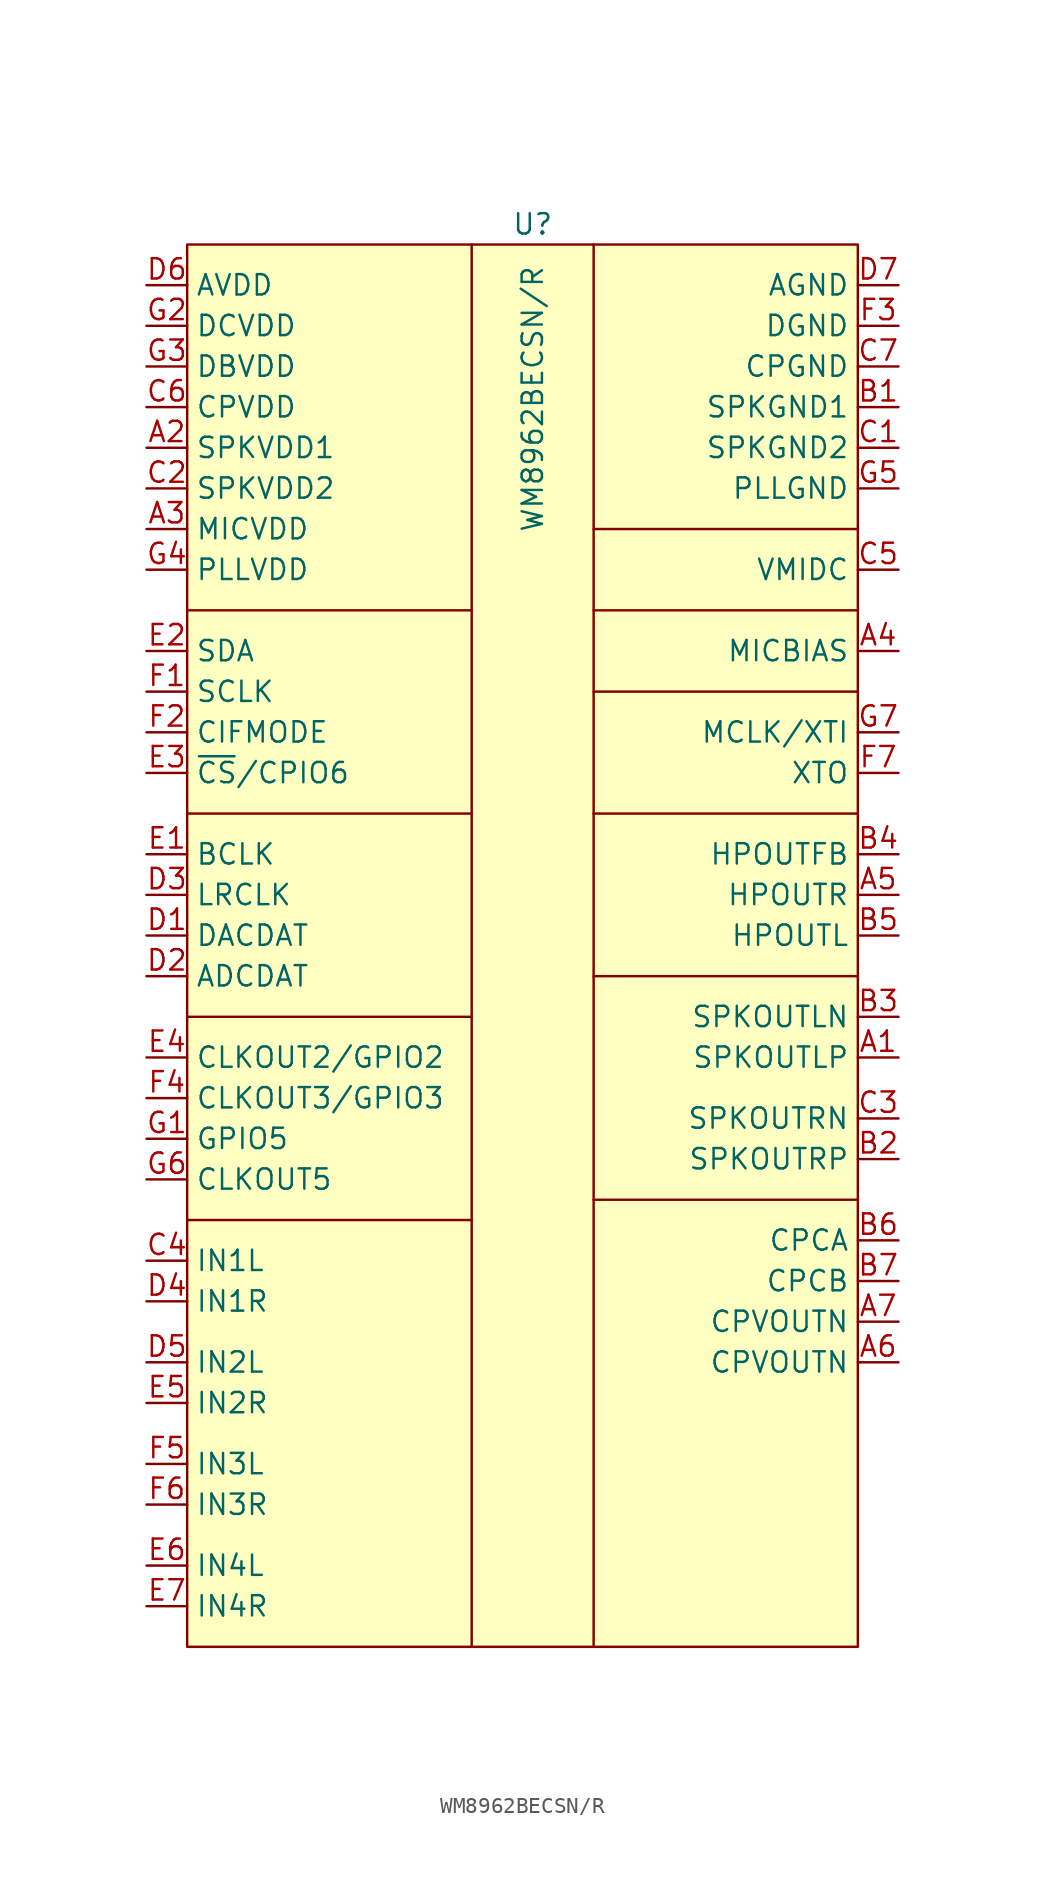
<source format=kicad_sym>
(kicad_symbol_lib
  (version 20231120)
  (generator "kicad_symbol_editor")
  (generator_version "8.0")
  (symbol "WM8962BECSN/R"
    (property "Reference" "U"
      (at 0 0 0)
      (effects (font (size 1.27 1.27))))
    (property "Value" "WM8962BECSN/R"
      (at 0 -10.922 90)
      (effects (font (size 1.27 1.27))))
    (symbol "WM8962BECSN/R_0_1"
      (polyline (pts (xy -21.59 -62.23) (xy -3.81 -62.23)) (stroke (width 0) (type default)) (fill (type none)))
      (polyline (pts (xy -21.59 -49.53) (xy -3.81 -49.53)) (stroke (width 0) (type default)) (fill (type none)))
      (polyline (pts (xy -21.59 -36.83) (xy -3.81 -36.83)) (stroke (width 0) (type default)) (fill (type none)))
      (polyline (pts (xy -21.59 -24.13) (xy -3.81 -24.13)) (stroke (width 0) (type default)) (fill (type none)))
      (polyline (pts (xy -3.81 -88.9) (xy -3.81 -1.27)) (stroke (width 0) (type default)) (fill (type none)))
      (polyline (pts (xy 3.81 -60.96) (xy 20.32 -60.96)) (stroke (width 0) (type default)) (fill (type none)))
      (polyline (pts (xy 3.81 -46.99) (xy 20.32 -46.99)) (stroke (width 0) (type default)) (fill (type none)))
      (polyline (pts (xy 3.81 -36.83) (xy 20.32 -36.83)) (stroke (width 0) (type default)) (fill (type none)))
      (polyline (pts (xy 3.81 -29.21) (xy 20.32 -29.21)) (stroke (width 0) (type default)) (fill (type none)))
      (polyline (pts (xy 3.81 -24.13) (xy 20.32 -24.13)) (stroke (width 0) (type default)) (fill (type none)))
      (polyline (pts (xy 3.81 -19.05) (xy 20.32 -19.05)) (stroke (width 0) (type default)) (fill (type none)))
      (polyline (pts (xy 3.81 -1.27) (xy 3.81 -88.9)) (stroke (width 0) (type default)) (fill (type none))))
    (symbol "WM8962BECSN/R_1_1"
      (rectangle (start -21.59 -1.27) (end 20.32 -88.9) (stroke (width 0) (type default)) (fill (type background)))
      (pin output line (at 22.86 -52.07 180) (length 2.54) (name "SPKOUTLP" (effects (font (size 1.27 1.27)))) (number "A1" (effects (font (size 1.27 1.27)))))
      (pin power_in line (at -24.13 -13.97 0) (length 2.54) (name "SPKVDD1" (effects (font (size 1.27 1.27)))) (number "A2" (effects (font (size 1.27 1.27)))))
      (pin power_in line (at -24.13 -19.05 0) (length 2.54) (name "MICVDD" (effects (font (size 1.27 1.27)))) (number "A3" (effects (font (size 1.27 1.27)))))
      (pin passive line (at 22.86 -26.67 180) (length 2.54) (name "MICBIAS" (effects (font (size 1.27 1.27)))) (number "A4" (effects (font (size 1.27 1.27)))))
      (pin output line (at 22.86 -41.91 180) (length 2.54) (name "HPOUTR" (effects (font (size 1.27 1.27)))) (number "A5" (effects (font (size 1.27 1.27)))))
      (pin power_in line (at 22.86 -71.12 180) (length 2.54) (name "CPVOUTN" (effects (font (size 1.27 1.27)))) (number "A6" (effects (font (size 1.27 1.27)))))
      (pin power_in line (at 22.86 -68.58 180) (length 2.54) (name "CPVOUTN" (effects (font (size 1.27 1.27)))) (number "A7" (effects (font (size 1.27 1.27)))))
      (pin power_in line (at 22.86 -11.43 180) (length 2.54) (name "SPKGND1" (effects (font (size 1.27 1.27)))) (number "B1" (effects (font (size 1.27 1.27)))))
      (pin output line (at 22.86 -58.42 180) (length 2.54) (name "SPKOUTRP" (effects (font (size 1.27 1.27)))) (number "B2" (effects (font (size 1.27 1.27)))))
      (pin output line (at 22.86 -49.53 180) (length 2.54) (name "SPKOUTLN" (effects (font (size 1.27 1.27)))) (number "B3" (effects (font (size 1.27 1.27)))))
      (pin input line (at 22.86 -39.37 180) (length 2.54) (name "HPOUTFB" (effects (font (size 1.27 1.27)))) (number "B4" (effects (font (size 1.27 1.27)))))
      (pin output line (at 22.86 -44.45 180) (length 2.54) (name "HPOUTL" (effects (font (size 1.27 1.27)))) (number "B5" (effects (font (size 1.27 1.27)))))
      (pin input line (at 22.86 -63.5 180) (length 2.54) (name "CPCA" (effects (font (size 1.27 1.27)))) (number "B6" (effects (font (size 1.27 1.27)))))
      (pin input line (at 22.86 -66.04 180) (length 2.54) (name "CPCB" (effects (font (size 1.27 1.27)))) (number "B7" (effects (font (size 1.27 1.27)))))
      (pin power_in line (at 22.86 -13.97 180) (length 2.54) (name "SPKGND2" (effects (font (size 1.27 1.27)))) (number "C1" (effects (font (size 1.27 1.27)))))
      (pin power_in line (at -24.13 -16.51 0) (length 2.54) (name "SPKVDD2" (effects (font (size 1.27 1.27)))) (number "C2" (effects (font (size 1.27 1.27)))))
      (pin output line (at 22.86 -55.88 180) (length 2.54) (name "SPKOUTRN" (effects (font (size 1.27 1.27)))) (number "C3" (effects (font (size 1.27 1.27)))))
      (pin input line (at -24.13 -64.77 0) (length 2.54) (name "IN1L" (effects (font (size 1.27 1.27)))) (number "C4" (effects (font (size 1.27 1.27)))))
      (pin passive line (at 22.86 -21.59 180) (length 2.54) (name "VMIDC" (effects (font (size 1.27 1.27)))) (number "C5" (effects (font (size 1.27 1.27)))))
      (pin power_in line (at -24.13 -11.43 0) (length 2.54) (name "CPVDD" (effects (font (size 1.27 1.27)))) (number "C6" (effects (font (size 1.27 1.27)))))
      (pin power_in line (at 22.86 -8.89 180) (length 2.54) (name "CPGND" (effects (font (size 1.27 1.27)))) (number "C7" (effects (font (size 1.27 1.27)))))
      (pin input line (at -24.13 -44.45 0) (length 2.54) (name "DACDAT" (effects (font (size 1.27 1.27)))) (number "D1" (effects (font (size 1.27 1.27)))))
      (pin output line (at -24.13 -46.99 0) (length 2.54) (name "ADCDAT" (effects (font (size 1.27 1.27)))) (number "D2" (effects (font (size 1.27 1.27)))))
      (pin bidirectional line (at -24.13 -41.91 0) (length 2.54) (name "LRCLK" (effects (font (size 1.27 1.27)))) (number "D3" (effects (font (size 1.27 1.27)))))
      (pin input line (at -24.13 -67.31 0) (length 2.54) (name "IN1R" (effects (font (size 1.27 1.27)))) (number "D4" (effects (font (size 1.27 1.27)))))
      (pin input line (at -24.13 -71.12 0) (length 2.54) (name "IN2L" (effects (font (size 1.27 1.27)))) (number "D5" (effects (font (size 1.27 1.27)))))
      (pin power_in line (at -24.13 -3.81 0) (length 2.54) (name "AVDD" (effects (font (size 1.27 1.27)))) (number "D6" (effects (font (size 1.27 1.27)))))
      (pin power_in line (at 22.86 -3.81 180) (length 2.54) (name "AGND" (effects (font (size 1.27 1.27)))) (number "D7" (effects (font (size 1.27 1.27)))))
      (pin bidirectional line (at -24.13 -39.37 0) (length 2.54) (name "BCLK" (effects (font (size 1.27 1.27)))) (number "E1" (effects (font (size 1.27 1.27)))))
      (pin bidirectional line (at -24.13 -26.67 0) (length 2.54) (name "SDA" (effects (font (size 1.27 1.27)))) (number "E2" (effects (font (size 1.27 1.27)))))
      (pin bidirectional line (at -24.13 -34.29 0) (length 2.54) (name "~{CS}/CPIO6" (effects (font (size 1.27 1.27)))) (number "E3" (effects (font (size 1.27 1.27)))))
      (pin bidirectional line (at -24.13 -52.07 0) (length 2.54) (name "CLKOUT2/GPIO2" (effects (font (size 1.27 1.27)))) (number "E4" (effects (font (size 1.27 1.27)))))
      (pin input line (at -24.13 -73.66 0) (length 2.54) (name "IN2R" (effects (font (size 1.27 1.27)))) (number "E5" (effects (font (size 1.27 1.27)))))
      (pin input line (at -24.13 -83.82 0) (length 2.54) (name "IN4L" (effects (font (size 1.27 1.27)))) (number "E6" (effects (font (size 1.27 1.27)))))
      (pin input line (at -24.13 -86.36 0) (length 2.54) (name "IN4R" (effects (font (size 1.27 1.27)))) (number "E7" (effects (font (size 1.27 1.27)))))
      (pin input line (at -24.13 -29.21 0) (length 2.54) (name "SCLK" (effects (font (size 1.27 1.27)))) (number "F1" (effects (font (size 1.27 1.27)))))
      (pin input line (at -24.13 -31.75 0) (length 2.54) (name "CIFMODE" (effects (font (size 1.27 1.27)))) (number "F2" (effects (font (size 1.27 1.27)))))
      (pin power_in line (at 22.86 -6.35 180) (length 2.54) (name "DGND" (effects (font (size 1.27 1.27)))) (number "F3" (effects (font (size 1.27 1.27)))))
      (pin bidirectional line (at -24.13 -54.61 0) (length 2.54) (name "CLKOUT3/GPIO3" (effects (font (size 1.27 1.27)))) (number "F4" (effects (font (size 1.27 1.27)))))
      (pin input line (at -24.13 -77.47 0) (length 2.54) (name "IN3L" (effects (font (size 1.27 1.27)))) (number "F5" (effects (font (size 1.27 1.27)))))
      (pin input line (at -24.13 -80.01 0) (length 2.54) (name "IN3R" (effects (font (size 1.27 1.27)))) (number "F6" (effects (font (size 1.27 1.27)))))
      (pin output line (at 22.86 -34.29 180) (length 2.54) (name "XTO" (effects (font (size 1.27 1.27)))) (number "F7" (effects (font (size 1.27 1.27)))))
      (pin bidirectional line (at -24.13 -57.15 0) (length 2.54) (name "GPIO5" (effects (font (size 1.27 1.27)))) (number "G1" (effects (font (size 1.27 1.27)))))
      (pin power_in line (at -24.13 -6.35 0) (length 2.54) (name "DCVDD" (effects (font (size 1.27 1.27)))) (number "G2" (effects (font (size 1.27 1.27)))))
      (pin power_in line (at -24.13 -8.89 0) (length 2.54) (name "DBVDD" (effects (font (size 1.27 1.27)))) (number "G3" (effects (font (size 1.27 1.27)))))
      (pin power_in line (at -24.13 -21.59 0) (length 2.54) (name "PLLVDD" (effects (font (size 1.27 1.27)))) (number "G4" (effects (font (size 1.27 1.27)))))
      (pin power_in line (at 22.86 -16.51 180) (length 2.54) (name "PLLGND" (effects (font (size 1.27 1.27)))) (number "G5" (effects (font (size 1.27 1.27)))))
      (pin output line (at -24.13 -59.69 0) (length 2.54) (name "CLKOUT5" (effects (font (size 1.27 1.27)))) (number "G6" (effects (font (size 1.27 1.27)))))
      (pin input line (at 22.86 -31.75 180) (length 2.54) (name "MCLK/XTI" (effects (font (size 1.27 1.27)))) (number "G7" (effects (font (size 1.27 1.27))))))))
</source>
